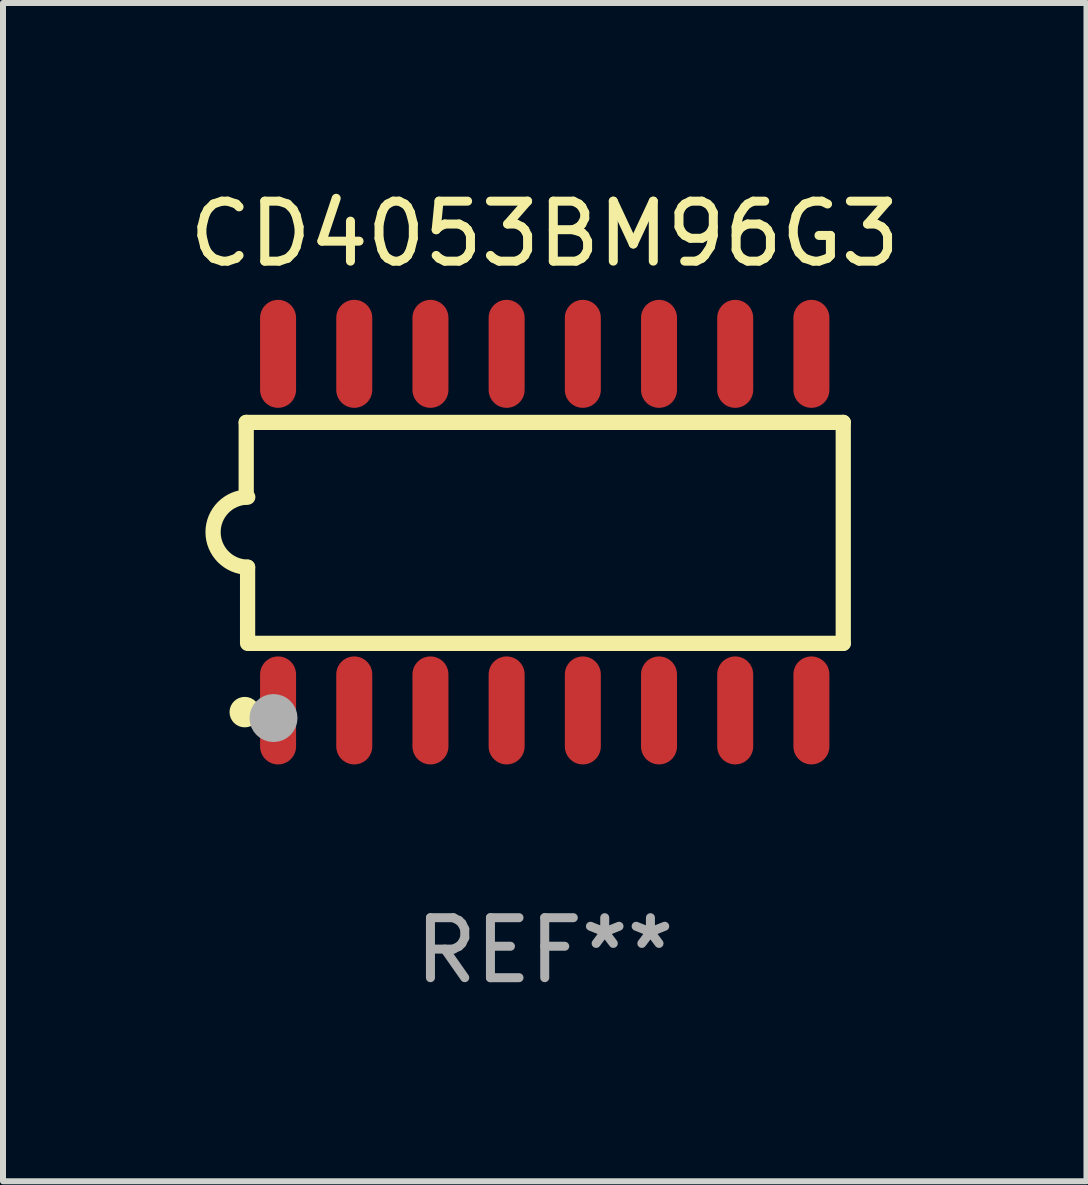
<source format=kicad_pcb>
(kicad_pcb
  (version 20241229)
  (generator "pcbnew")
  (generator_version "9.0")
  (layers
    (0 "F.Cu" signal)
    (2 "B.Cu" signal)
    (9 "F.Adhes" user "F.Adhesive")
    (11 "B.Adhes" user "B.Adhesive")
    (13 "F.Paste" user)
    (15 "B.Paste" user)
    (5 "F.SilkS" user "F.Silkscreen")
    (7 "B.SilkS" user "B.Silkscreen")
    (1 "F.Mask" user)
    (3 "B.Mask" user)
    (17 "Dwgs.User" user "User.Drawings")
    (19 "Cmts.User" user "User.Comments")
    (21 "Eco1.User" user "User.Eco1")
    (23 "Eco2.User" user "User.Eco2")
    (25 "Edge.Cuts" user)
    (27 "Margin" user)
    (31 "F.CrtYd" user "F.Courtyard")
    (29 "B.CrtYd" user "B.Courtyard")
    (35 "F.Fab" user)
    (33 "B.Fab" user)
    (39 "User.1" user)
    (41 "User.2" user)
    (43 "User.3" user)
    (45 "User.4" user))
  (footprint "CD4053BM96G3"
    (layer "F.Cu")
    (at 6.03 5.82)
    (property "Reference" "CD4053BM96G3" (at 0 -4.972 0) (layer "F.SilkS") (effects (font (size 1 1) (thickness 0.15))))
    (attr through_hole)
    (fp_line (start -4.976 -1.829) (end -4.976 -0.584) (stroke (width 0.254) (type solid)) (layer "F.SilkS"))
    (fp_line (start -4.953 0.584) (end -4.953 1.854) (stroke (width 0.254) (type solid)) (layer "F.SilkS"))
    (fp_line (start -4.928 1.854) (end 4.976 1.854) (stroke (width 0.254) (type solid)) (layer "F.SilkS"))
    (fp_line (start 4.976 -1.829) (end -4.976 -1.829) (stroke (width 0.254) (type solid)) (layer "F.SilkS"))
    (fp_line (start 4.976 1.854) (end 4.976 -1.829) (stroke (width 0.254) (type solid)) (layer "F.SilkS"))
    (fp_arc (start -4.95301 0.584201) (mid -5.533866 -0.00152) (end -4.950088 -0.584329) (stroke (width 0.254001) (type solid)) (layer "F.SilkS"))
    (fp_circle (center -5 3) (end -4.873 3) (stroke (width 0.254) (type solid)) (fill no) (layer "F.SilkS"))
    (fp_circle (center -4.521 3.099) (end -4.321 3.099) (stroke (width 0.4) (type solid)) (fill no) (layer "F.Fab"))
    (fp_text user "REF**" (at 0 6.972 0) (layer "F.Fab") (effects (font (size 1 1) (thickness 0.15))))
    (pad "1" smd oval (at -4.445 2.972 180) (size 0.6 1.8) (layers "F.Cu" "F.Mask" "F.Paste"))
    (pad "2" smd oval (at -3.175 2.972 180) (size 0.6 1.8) (layers "F.Cu" "F.Mask" "F.Paste"))
    (pad "3" smd oval (at -1.905 2.972 180) (size 0.6 1.8) (layers "F.Cu" "F.Mask" "F.Paste"))
    (pad "4" smd oval (at -0.635 2.972 180) (size 0.6 1.8) (layers "F.Cu" "F.Mask" "F.Paste"))
    (pad "5" smd oval (at 0.635 2.972 180) (size 0.6 1.8) (layers "F.Cu" "F.Mask" "F.Paste"))
    (pad "6" smd oval (at 1.905 2.972 180) (size 0.6 1.8) (layers "F.Cu" "F.Mask" "F.Paste"))
    (pad "7" smd oval (at 3.175 2.972 180) (size 0.6 1.8) (layers "F.Cu" "F.Mask" "F.Paste"))
    (pad "8" smd oval (at 4.445 2.972 180) (size 0.6 1.8) (layers "F.Cu" "F.Mask" "F.Paste"))
    (pad "9" smd oval (at 4.445 -2.972 180) (size 0.6 1.8) (layers "F.Cu" "F.Mask" "F.Paste"))
    (pad "10" smd oval (at 3.175 -2.972 180) (size 0.6 1.8) (layers "F.Cu" "F.Mask" "F.Paste"))
    (pad "11" smd oval (at 1.905 -2.972 180) (size 0.6 1.8) (layers "F.Cu" "F.Mask" "F.Paste"))
    (pad "12" smd oval (at 0.635 -2.972 180) (size 0.6 1.8) (layers "F.Cu" "F.Mask" "F.Paste"))
    (pad "13" smd oval (at -0.635 -2.972 180) (size 0.6 1.8) (layers "F.Cu" "F.Mask" "F.Paste"))
    (pad "14" smd oval (at -1.905 -2.972 180) (size 0.6 1.8) (layers "F.Cu" "F.Mask" "F.Paste"))
    (pad "15" smd oval (at -3.175 -2.972 180) (size 0.6 1.8) (layers "F.Cu" "F.Mask" "F.Paste"))
    (pad "16" smd oval (at -4.445 -2.972 180) (size 0.6 1.8) (layers "F.Cu" "F.Mask" "F.Paste")))
  (gr_rect
    (start -3 -3)
    (end 15.06 16.64)
    (stroke (width 0.1) (type default))
    (fill no)
    (layer "Edge.Cuts")))
</source>
